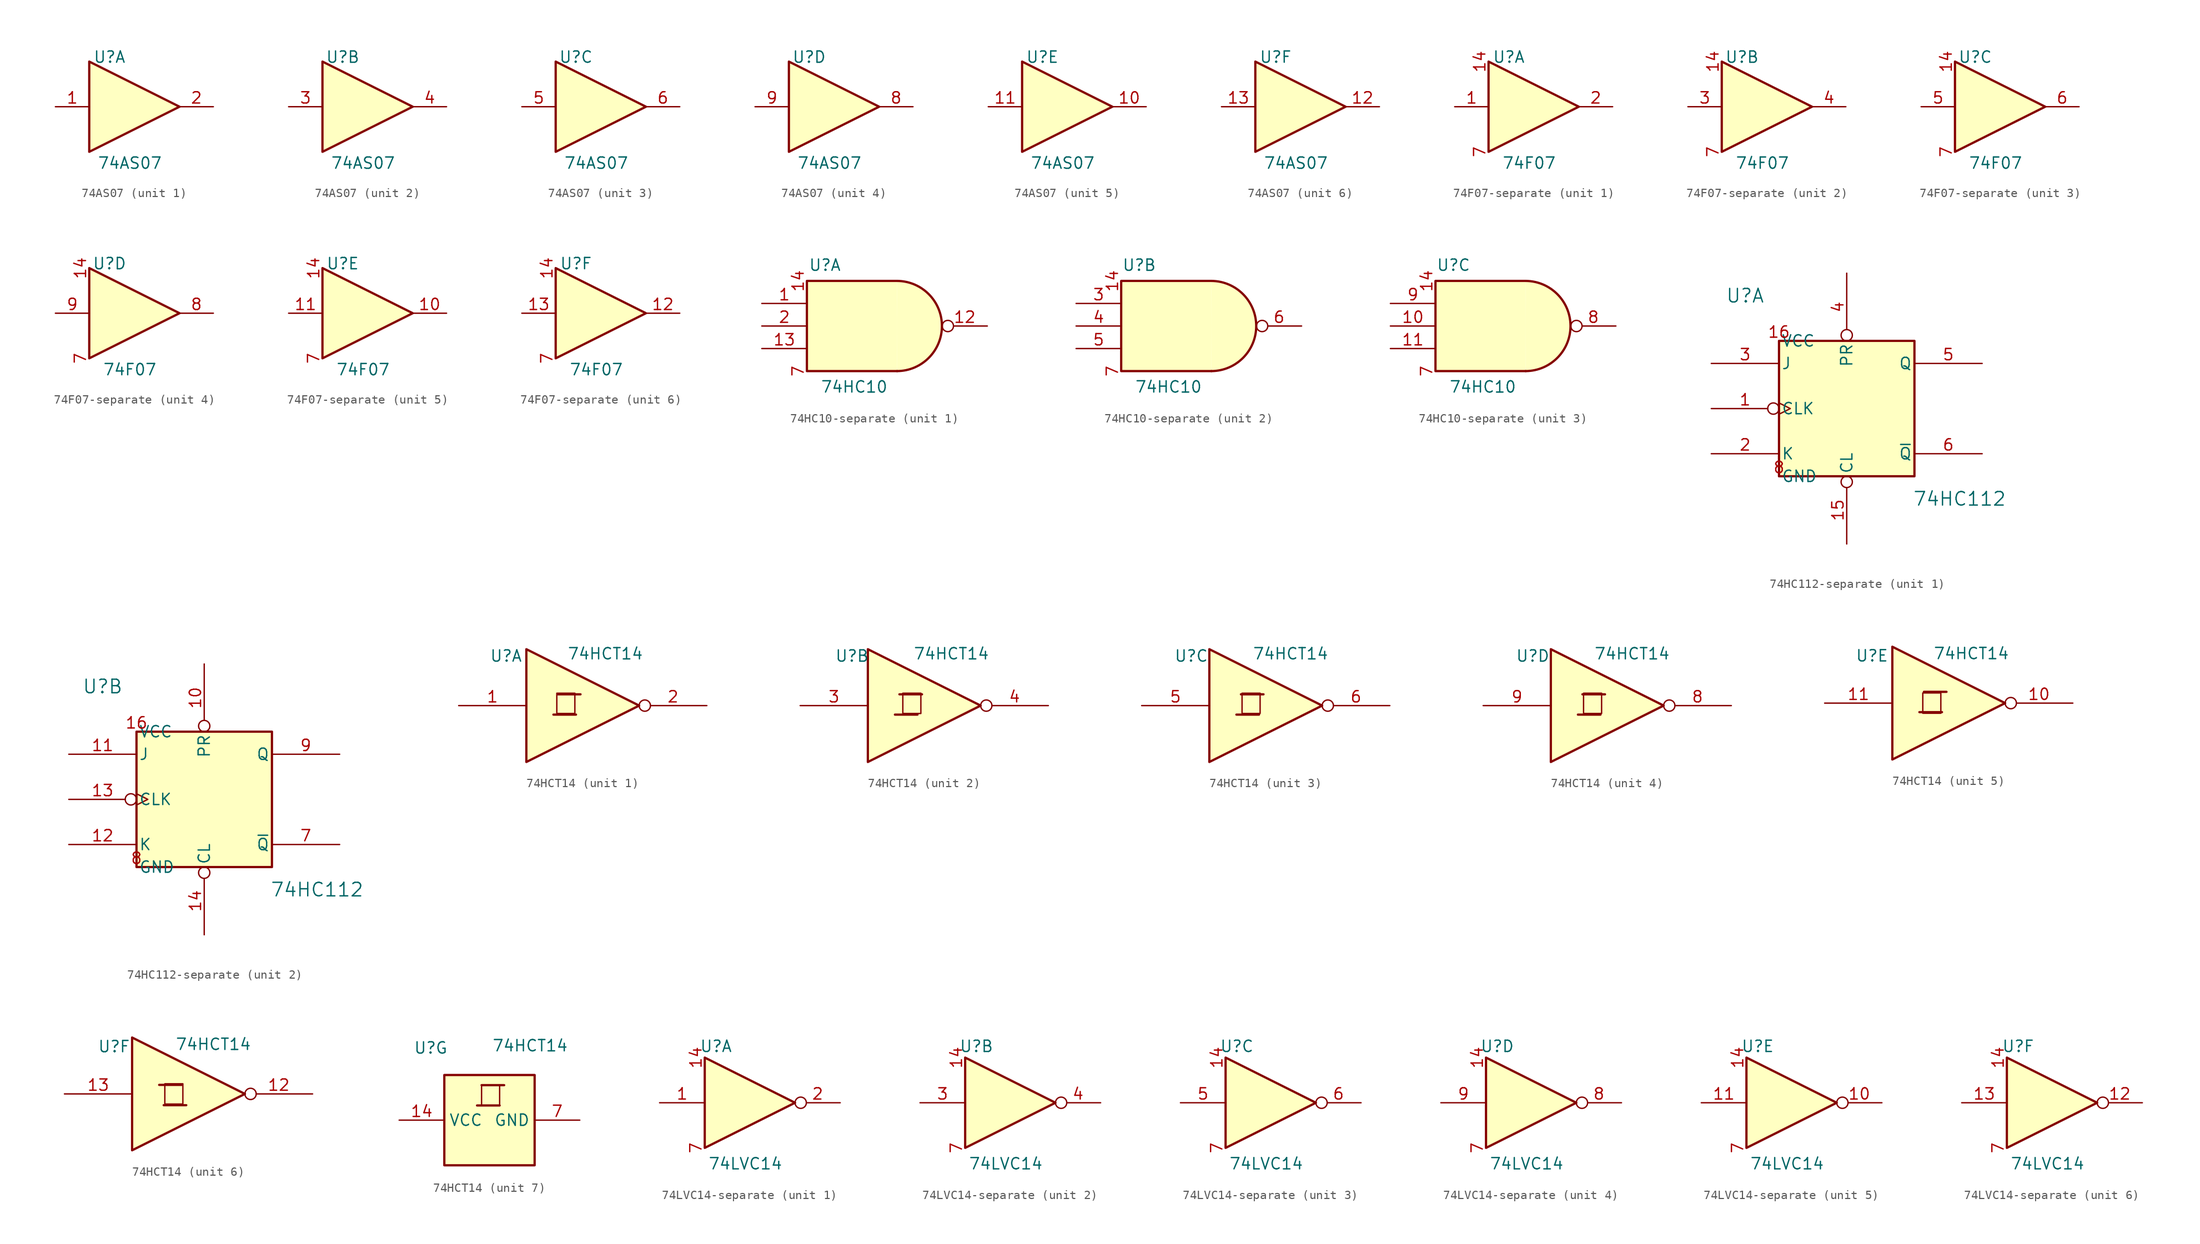
<source format=kicad_sym>
(kicad_symbol_lib
  (version 20240819)
  (generator "kicad_symbol_editor")
  (generator_version "8.99")
  (symbol "74AS07"
    (property "Reference" "U"
      (at -1.524 5.588 0)
      (effects (font (size 1.27 1.27))))
    (property "Value" "74AS07"
      (at 0.762 -6.35 0)
      (effects (font (size 1.27 1.27))))
    (symbol "74AS07_0_1"
      (polyline (pts (xy -3.81 -5.08) (xy -3.81 5.08) (xy 6.35 0) (xy -3.81 -5.08)) (stroke (width 0.254) (type default)) (fill (type background))))
    (symbol "74AS07_1_1"
      (pin input line (at -7.62 0 0) (length 3.81) (name "~" (effects (font (size 1.27 1.27)))) (number "1" (effects (font (size 1.27 1.27)))))
      (pin open_collector line (at 10.16 0 180) (length 3.81) (name "~" (effects (font (size 1.27 1.27)))) (number "2" (effects (font (size 1.27 1.27))))))
    (symbol "74AS07_2_1"
      (pin input line (at -7.62 0 0) (length 3.81) (name "~" (effects (font (size 1.27 1.27)))) (number "3" (effects (font (size 1.27 1.27)))))
      (pin open_collector line (at 10.16 0 180) (length 3.81) (name "~" (effects (font (size 1.27 1.27)))) (number "4" (effects (font (size 1.27 1.27))))))
    (symbol "74AS07_3_1"
      (pin input line (at -7.62 0 0) (length 3.81) (name "~" (effects (font (size 1.27 1.27)))) (number "5" (effects (font (size 1.27 1.27)))))
      (pin open_collector line (at 10.16 0 180) (length 3.81) (name "~" (effects (font (size 1.27 1.27)))) (number "6" (effects (font (size 1.27 1.27))))))
    (symbol "74AS07_4_1"
      (pin input line (at -7.62 0 0) (length 3.81) (name "~" (effects (font (size 1.27 1.27)))) (number "9" (effects (font (size 1.27 1.27)))))
      (pin open_collector line (at 10.16 0 180) (length 3.81) (name "~" (effects (font (size 1.27 1.27)))) (number "8" (effects (font (size 1.27 1.27))))))
    (symbol "74AS07_5_1"
      (pin input line (at -7.62 0 0) (length 3.81) (name "~" (effects (font (size 1.27 1.27)))) (number "11" (effects (font (size 1.27 1.27)))))
      (pin open_collector line (at 10.16 0 180) (length 3.81) (name "~" (effects (font (size 1.27 1.27)))) (number "10" (effects (font (size 1.27 1.27))))))
    (symbol "74AS07_6_1"
      (pin input line (at -7.62 0 0) (length 3.81) (name "~" (effects (font (size 1.27 1.27)))) (number "13" (effects (font (size 1.27 1.27)))))
      (pin open_collector line (at 10.16 0 180) (length 3.81) (name "~" (effects (font (size 1.27 1.27)))) (number "12" (effects (font (size 1.27 1.27)))))))
  (symbol "74F07-separate"
    (property "Reference" "U"
      (at -1.524 5.588 0)
      (effects (font (size 1.27 1.27))))
    (property "Value" "74F07"
      (at 0.762 -6.35 0)
      (effects (font (size 1.27 1.27))))
    (symbol "74F07-separate_0_1"
      (polyline (pts (xy -3.81 -5.08) (xy -3.81 5.08) (xy 6.35 0) (xy -3.81 -5.08)) (stroke (width 0.254) (type default)) (fill (type background)))
      (pin power_in line (at -3.81 5.08 270) (length 0) (name "~" (effects (font (size 1.27 1.27)))) (number "14" (effects (font (size 1.27 1.27)))))
      (pin power_in line (at -3.81 -5.08 90) (length 0) (name "~" (effects (font (size 1.27 1.27)))) (number "7" (effects (font (size 1.27 1.27))))))
    (symbol "74F07-separate_1_1"
      (pin input line (at -7.62 0 0) (length 3.81) (name "~" (effects (font (size 1.27 1.27)))) (number "1" (effects (font (size 1.27 1.27)))))
      (pin open_collector line (at 10.16 0 180) (length 3.81) (name "~" (effects (font (size 1.27 1.27)))) (number "2" (effects (font (size 1.27 1.27))))))
    (symbol "74F07-separate_2_1"
      (pin input line (at -7.62 0 0) (length 3.81) (name "~" (effects (font (size 1.27 1.27)))) (number "3" (effects (font (size 1.27 1.27)))))
      (pin open_collector line (at 10.16 0 180) (length 3.81) (name "~" (effects (font (size 1.27 1.27)))) (number "4" (effects (font (size 1.27 1.27))))))
    (symbol "74F07-separate_3_1"
      (pin input line (at -7.62 0 0) (length 3.81) (name "~" (effects (font (size 1.27 1.27)))) (number "5" (effects (font (size 1.27 1.27)))))
      (pin open_collector line (at 10.16 0 180) (length 3.81) (name "~" (effects (font (size 1.27 1.27)))) (number "6" (effects (font (size 1.27 1.27))))))
    (symbol "74F07-separate_4_1"
      (pin input line (at -7.62 0 0) (length 3.81) (name "~" (effects (font (size 1.27 1.27)))) (number "9" (effects (font (size 1.27 1.27)))))
      (pin open_collector line (at 10.16 0 180) (length 3.81) (name "~" (effects (font (size 1.27 1.27)))) (number "8" (effects (font (size 1.27 1.27))))))
    (symbol "74F07-separate_5_1"
      (pin input line (at -7.62 0 0) (length 3.81) (name "~" (effects (font (size 1.27 1.27)))) (number "11" (effects (font (size 1.27 1.27)))))
      (pin open_collector line (at 10.16 0 180) (length 3.81) (name "~" (effects (font (size 1.27 1.27)))) (number "10" (effects (font (size 1.27 1.27))))))
    (symbol "74F07-separate_6_1"
      (pin input line (at -7.62 0 0) (length 3.81) (name "~" (effects (font (size 1.27 1.27)))) (number "13" (effects (font (size 1.27 1.27)))))
      (pin open_collector line (at 10.16 0 180) (length 3.81) (name "~" (effects (font (size 1.27 1.27)))) (number "12" (effects (font (size 1.27 1.27)))))))
  (symbol "74HC10-separate"
    (property "Reference" "U"
      (at -5.588 6.858 0)
      (effects (font (size 1.27 1.27))))
    (property "Value" "74HC10"
      (at -2.286 -6.858 0)
      (effects (font (size 1.27 1.27))))
    (symbol "74HC10-separate_0_1"
      (arc (start 2.54 5.08) (mid 7.5882 0) (end 2.54 -5.08) (stroke (width 0.254) (type default)) (fill (type background)))
      (polyline (pts (xy 2.54 -5.08) (xy -7.62 -5.08) (xy -7.62 5.08) (xy 2.54 5.08)) (stroke (width 0.254) (type default)) (fill (type background)))
      (pin power_in line (at -7.62 5.08 270) (length 0) (name "~" (effects (font (size 1.27 1.27)))) (number "14" (effects (font (size 1.27 1.27)))))
      (pin power_in line (at -7.62 -5.08 90) (length 0) (name "~" (effects (font (size 1.27 1.27)))) (number "7" (effects (font (size 1.27 1.27))))))
    (symbol "74HC10-separate_1_0"
      (pin input line (at -12.7 -2.54 0) (length 5.08) (name "~" (effects (font (size 1.27 1.27)))) (number "13" (effects (font (size 1.27 1.27))))))
    (symbol "74HC10-separate_1_1"
      (pin input line (at -12.7 2.54 0) (length 5.08) (name "~" (effects (font (size 1.27 1.27)))) (number "1" (effects (font (size 1.27 1.27)))))
      (pin input line (at -12.7 0 0) (length 5.08) (name "~" (effects (font (size 1.27 1.27)))) (number "2" (effects (font (size 1.27 1.27)))))
      (pin output inverted (at 12.7 0 180) (length 5.08) (name "~" (effects (font (size 1.27 1.27)))) (number "12" (effects (font (size 1.27 1.27))))))
    (symbol "74HC10-separate_2_1"
      (pin input line (at -12.7 2.54 0) (length 5.08) (name "~" (effects (font (size 1.27 1.27)))) (number "3" (effects (font (size 1.27 1.27)))))
      (pin input line (at -12.7 0 0) (length 5.08) (name "~" (effects (font (size 1.27 1.27)))) (number "4" (effects (font (size 1.27 1.27)))))
      (pin input line (at -12.7 -2.54 0) (length 5.08) (name "~" (effects (font (size 1.27 1.27)))) (number "5" (effects (font (size 1.27 1.27)))))
      (pin output inverted (at 12.7 0 180) (length 5.08) (name "~" (effects (font (size 1.27 1.27)))) (number "6" (effects (font (size 1.27 1.27))))))
    (symbol "74HC10-separate_3_1"
      (pin input line (at -12.7 2.54 0) (length 5.08) (name "~" (effects (font (size 1.27 1.27)))) (number "9" (effects (font (size 1.27 1.27)))))
      (pin input line (at -12.7 0 0) (length 5.08) (name "~" (effects (font (size 1.27 1.27)))) (number "10" (effects (font (size 1.27 1.27)))))
      (pin input line (at -12.7 -2.54 0) (length 5.08) (name "~" (effects (font (size 1.27 1.27)))) (number "11" (effects (font (size 1.27 1.27)))))
      (pin output inverted (at 12.7 0 180) (length 5.08) (name "~" (effects (font (size 1.27 1.27)))) (number "8" (effects (font (size 1.27 1.27)))))))
  (symbol "74HC112-separate"
    (pin_names
      (offset 0.254))
    (property "Reference" "U"
      (at -11.43 12.7 0)
      (effects (font (size 1.524 1.524))))
    (property "Value" "74HC112"
      (at 12.7 -10.16 0)
      (effects (font (size 1.524 1.524))))
    (symbol "74HC112-separate_0_1"
      (rectangle (start -7.62 7.62) (end 7.62 -7.62) (stroke (width 0.254) (type default)) (fill (type background)))
      (pin power_in line (at -7.62 7.62 0) (length 0) (name "VCC" (effects (font (size 1.27 1.27)))) (number "16" (effects (font (size 1.27 1.27)))))
      (pin power_in line (at -7.62 -7.62 0) (length 0) (name "GND" (effects (font (size 1.27 1.27)))) (number "8" (effects (font (size 1.27 1.27))))))
    (symbol "74HC112-separate_1_1"
      (pin input line (at -15.24 5.08 0) (length 7.62) (name "J" (effects (font (size 1.27 1.27)))) (number "3" (effects (font (size 1.27 1.27)))))
      (pin input inverted_clock (at -15.24 0 0) (length 7.62) (name "CLK" (effects (font (size 1.27 1.27)))) (number "1" (effects (font (size 1.27 1.27)))))
      (pin input line (at -15.24 -5.08 0) (length 7.62) (name "K" (effects (font (size 1.27 1.27)))) (number "2" (effects (font (size 1.27 1.27)))))
      (pin input inverted (at 0 15.24 270) (length 7.62) (name "PR" (effects (font (size 1.27 1.27)))) (number "4" (effects (font (size 1.27 1.27)))))
      (pin input inverted (at 0 -15.24 90) (length 7.62) (name "CL" (effects (font (size 1.27 1.27)))) (number "15" (effects (font (size 1.27 1.27)))))
      (pin output line (at 15.24 5.08 180) (length 7.62) (name "Q" (effects (font (size 1.27 1.27)))) (number "5" (effects (font (size 1.27 1.27)))))
      (pin output line (at 15.24 -5.08 180) (length 7.62) (name "~{Q}" (effects (font (size 1.27 1.27)))) (number "6" (effects (font (size 1.27 1.27))))))
    (symbol "74HC112-separate_2_1"
      (pin input line (at -15.24 5.08 0) (length 7.62) (name "J" (effects (font (size 1.27 1.27)))) (number "11" (effects (font (size 1.27 1.27)))))
      (pin input inverted_clock (at -15.24 0 0) (length 7.62) (name "CLK" (effects (font (size 1.27 1.27)))) (number "13" (effects (font (size 1.27 1.27)))))
      (pin input line (at -15.24 -5.08 0) (length 7.62) (name "K" (effects (font (size 1.27 1.27)))) (number "12" (effects (font (size 1.27 1.27)))))
      (pin input inverted (at 0 15.24 270) (length 7.62) (name "PR" (effects (font (size 1.27 1.27)))) (number "10" (effects (font (size 1.27 1.27)))))
      (pin input inverted (at 0 -15.24 90) (length 7.62) (name "CL" (effects (font (size 1.27 1.27)))) (number "14" (effects (font (size 1.27 1.27)))))
      (pin output line (at 15.24 5.08 180) (length 7.62) (name "Q" (effects (font (size 1.27 1.27)))) (number "9" (effects (font (size 1.27 1.27)))))
      (pin output line (at 15.24 -5.08 180) (length 7.62) (name "~{Q}" (effects (font (size 1.27 1.27)))) (number "7" (effects (font (size 1.27 1.27)))))))
  (symbol "74HCT14"
    (property "Reference" "U"
      (at -6.858 5.588 0)
      (effects (font (size 1.27 1.27))))
    (property "Value" "74HCT14"
      (at 4.318 5.842 0)
      (effects (font (size 1.27 1.27))))
    (property "ki_locked" ""
      (at 0 0 0)
      (effects (font (size 1.27 1.27))))
    (symbol "74HCT14_0_1"
      (rectangle (start -1.143 1.397) (end 0.889 -0.889) (stroke (width 0) (type default)) (fill (type none))))
    (symbol "74HCT14_1_1"
      (polyline (pts (xy -4.572 6.35) (xy -4.572 -6.35) (xy 8.128 0) (xy -4.572 6.35)) (stroke (width 0.254) (type default)) (fill (type background)))
      (polyline (pts (xy -1.524 -1.016) (xy 1.016 -1.016)) (stroke (width 0.254) (type default)) (fill (type background)))
      (polyline (pts (xy -1.016 1.27) (xy 1.524 1.27)) (stroke (width 0.254) (type default)) (fill (type background)))
      (pin input line (at -12.192 0 0) (length 7.62) (name "~" (effects (font (size 1.27 1.27)))) (number "1" (effects (font (size 1.27 1.27)))))
      (pin open_collector inverted (at 15.748 0 180) (length 7.62) (name "~" (effects (font (size 1.27 1.27)))) (number "2" (effects (font (size 1.27 1.27))))))
    (symbol "74HCT14_2_1"
      (polyline (pts (xy -5.08 6.35) (xy -5.08 -6.35) (xy 7.62 0) (xy -5.08 6.35)) (stroke (width 0.254) (type default)) (fill (type background)))
      (polyline (pts (xy -2.032 -1.016) (xy 0.508 -1.016)) (stroke (width 0.254) (type default)) (fill (type background)))
      (polyline (pts (xy -1.524 1.27) (xy 1.016 1.27)) (stroke (width 0.254) (type default)) (fill (type background)))
      (pin input line (at -12.7 0 0) (length 7.62) (name "~" (effects (font (size 1.27 1.27)))) (number "3" (effects (font (size 1.27 1.27)))))
      (pin open_collector inverted (at 15.24 0 180) (length 7.62) (name "~" (effects (font (size 1.27 1.27)))) (number "4" (effects (font (size 1.27 1.27))))))
    (symbol "74HCT14_3_1"
      (polyline (pts (xy -4.826 6.35) (xy -4.826 -6.35) (xy 7.874 0) (xy -4.826 6.35)) (stroke (width 0.254) (type default)) (fill (type background)))
      (polyline (pts (xy -1.778 -1.016) (xy 0.762 -1.016)) (stroke (width 0.254) (type default)) (fill (type background)))
      (polyline (pts (xy -1.27 1.27) (xy 1.27 1.27)) (stroke (width 0.254) (type default)) (fill (type background)))
      (pin input line (at -12.446 0 0) (length 7.62) (name "~" (effects (font (size 1.27 1.27)))) (number "5" (effects (font (size 1.27 1.27)))))
      (pin open_collector inverted (at 15.494 0 180) (length 7.62) (name "~" (effects (font (size 1.27 1.27)))) (number "6" (effects (font (size 1.27 1.27))))))
    (symbol "74HCT14_4_1"
      (polyline (pts (xy -4.826 6.35) (xy -4.826 -6.35) (xy 7.874 0) (xy -4.826 6.35)) (stroke (width 0.254) (type default)) (fill (type background)))
      (polyline (pts (xy -1.778 -1.016) (xy 0.762 -1.016)) (stroke (width 0.254) (type default)) (fill (type background)))
      (polyline (pts (xy -1.27 1.27) (xy 1.27 1.27)) (stroke (width 0.254) (type default)) (fill (type background)))
      (pin input line (at -12.446 0 0) (length 7.62) (name "~" (effects (font (size 1.27 1.27)))) (number "9" (effects (font (size 1.27 1.27)))))
      (pin open_collector inverted (at 15.494 0 180) (length 7.62) (name "~" (effects (font (size 1.27 1.27)))) (number "8" (effects (font (size 1.27 1.27))))))
    (symbol "74HCT14_5_1"
      (polyline (pts (xy -4.572 6.604) (xy -4.572 -6.096) (xy 8.128 0.254) (xy -4.572 6.604)) (stroke (width 0.254) (type default)) (fill (type background)))
      (polyline (pts (xy -1.524 -0.762) (xy 1.016 -0.762)) (stroke (width 0.254) (type default)) (fill (type background)))
      (polyline (pts (xy -1.016 1.524) (xy 1.524 1.524)) (stroke (width 0.254) (type default)) (fill (type background)))
      (pin input line (at -12.192 0.254 0) (length 7.62) (name "~" (effects (font (size 1.27 1.27)))) (number "11" (effects (font (size 1.27 1.27)))))
      (pin open_collector inverted (at 15.748 0.254 180) (length 7.62) (name "~" (effects (font (size 1.27 1.27)))) (number "10" (effects (font (size 1.27 1.27))))))
    (symbol "74HCT14_6_1"
      (polyline (pts (xy -4.826 -6.096) (xy -4.826 6.604) (xy 7.874 0.254) (xy -4.826 -6.096)) (stroke (width 0.254) (type default)) (fill (type background)))
      (polyline (pts (xy -1.778 1.27) (xy 0.762 1.27)) (stroke (width 0.254) (type default)) (fill (type background)))
      (polyline (pts (xy -1.27 -1.016) (xy 1.27 -1.016)) (stroke (width 0.254) (type default)) (fill (type background)))
      (pin input line (at -12.446 0.254 0) (length 7.62) (name "~" (effects (font (size 1.27 1.27)))) (number "13" (effects (font (size 1.27 1.27)))))
      (pin open_collector inverted (at 15.494 0.254 180) (length 7.62) (name "~" (effects (font (size 1.27 1.27)))) (number "12" (effects (font (size 1.27 1.27))))))
    (symbol "74HCT14_7_0"
      (rectangle (start -5.334 -7.62) (end 4.826 2.54) (stroke (width 0.254) (type default)) (fill (type background))))
    (symbol "74HCT14_7_1"
      (polyline (pts (xy 0.889 -0.889) (xy -1.651 -0.889)) (stroke (width 0.254) (type default)) (fill (type background)))
      (polyline (pts (xy 1.397 1.397) (xy -1.143 1.397)) (stroke (width 0.254) (type default)) (fill (type background)))
      (pin power_in line (at -10.414 -2.54 0) (length 5.08) (name "VCC" (effects (font (size 1.27 1.27)))) (number "14" (effects (font (size 1.27 1.27)))))
      (pin power_in line (at 9.906 -2.54 180) (length 5.08) (name "GND" (effects (font (size 1.27 1.27)))) (number "7" (effects (font (size 1.27 1.27)))))))
  (symbol "74LVC14-separate"
    (property "Reference" "U"
      (at -3.81 6.35 0)
      (effects (font (size 1.27 1.27))))
    (property "Value" "74LVC14"
      (at -0.508 -6.858 0)
      (effects (font (size 1.27 1.27))))
    (symbol "74LVC14-separate_0_1"
      (pin power_in line (at -5.08 5.08 270) (length 0) (name "~" (effects (font (size 1.27 1.27)))) (number "14" (effects (font (size 1.27 1.27)))))
      (pin power_in line (at -5.08 -5.08 90) (length 0) (name "~" (effects (font (size 1.27 1.27)))) (number "7" (effects (font (size 1.27 1.27))))))
    (symbol "74LVC14-separate_1_1"
      (polyline (pts (xy -5.08 5.08) (xy -5.08 -5.08) (xy 5.08 0) (xy -5.08 5.08)) (stroke (width 0.254) (type default)) (fill (type background)))
      (pin input line (at -10.16 0 0) (length 5.08) (name "~" (effects (font (size 1.27 1.27)))) (number "1" (effects (font (size 1.27 1.27)))))
      (pin open_collector inverted (at 10.16 0 180) (length 5.08) (name "~" (effects (font (size 1.27 1.27)))) (number "2" (effects (font (size 1.27 1.27))))))
    (symbol "74LVC14-separate_2_1"
      (polyline (pts (xy -5.08 5.08) (xy -5.08 -5.08) (xy 5.08 0) (xy -5.08 5.08)) (stroke (width 0.254) (type default)) (fill (type background)))
      (pin input line (at -10.16 0 0) (length 5.08) (name "~" (effects (font (size 1.27 1.27)))) (number "3" (effects (font (size 1.27 1.27)))))
      (pin open_collector inverted (at 10.16 0 180) (length 5.08) (name "~" (effects (font (size 1.27 1.27)))) (number "4" (effects (font (size 1.27 1.27))))))
    (symbol "74LVC14-separate_3_1"
      (polyline (pts (xy -5.08 5.08) (xy -5.08 -5.08) (xy 5.08 0) (xy -5.08 5.08)) (stroke (width 0.254) (type default)) (fill (type background)))
      (pin input line (at -10.16 0 0) (length 5.08) (name "~" (effects (font (size 1.27 1.27)))) (number "5" (effects (font (size 1.27 1.27)))))
      (pin open_collector inverted (at 10.16 0 180) (length 5.08) (name "~" (effects (font (size 1.27 1.27)))) (number "6" (effects (font (size 1.27 1.27))))))
    (symbol "74LVC14-separate_4_1"
      (polyline (pts (xy -5.08 5.08) (xy -5.08 -5.08) (xy 5.08 0) (xy -5.08 5.08)) (stroke (width 0.254) (type default)) (fill (type background)))
      (pin input line (at -10.16 0 0) (length 5.08) (name "~" (effects (font (size 1.27 1.27)))) (number "9" (effects (font (size 1.27 1.27)))))
      (pin open_collector inverted (at 10.16 0 180) (length 5.08) (name "~" (effects (font (size 1.27 1.27)))) (number "8" (effects (font (size 1.27 1.27))))))
    (symbol "74LVC14-separate_5_1"
      (polyline (pts (xy -5.08 5.08) (xy -5.08 -5.08) (xy 5.08 0) (xy -5.08 5.08)) (stroke (width 0.254) (type default)) (fill (type background)))
      (pin input line (at -10.16 0 0) (length 5.08) (name "~" (effects (font (size 1.27 1.27)))) (number "11" (effects (font (size 1.27 1.27)))))
      (pin open_collector inverted (at 10.16 0 180) (length 5.08) (name "~" (effects (font (size 1.27 1.27)))) (number "10" (effects (font (size 1.27 1.27))))))
    (symbol "74LVC14-separate_6_1"
      (polyline (pts (xy -5.08 5.08) (xy -5.08 -5.08) (xy 5.08 0) (xy -5.08 5.08)) (stroke (width 0.254) (type default)) (fill (type background)))
      (pin input line (at -10.16 0 0) (length 5.08) (name "~" (effects (font (size 1.27 1.27)))) (number "13" (effects (font (size 1.27 1.27)))))
      (pin open_collector inverted (at 10.16 0 180) (length 5.08) (name "~" (effects (font (size 1.27 1.27)))) (number "12" (effects (font (size 1.27 1.27))))))))
</source>
